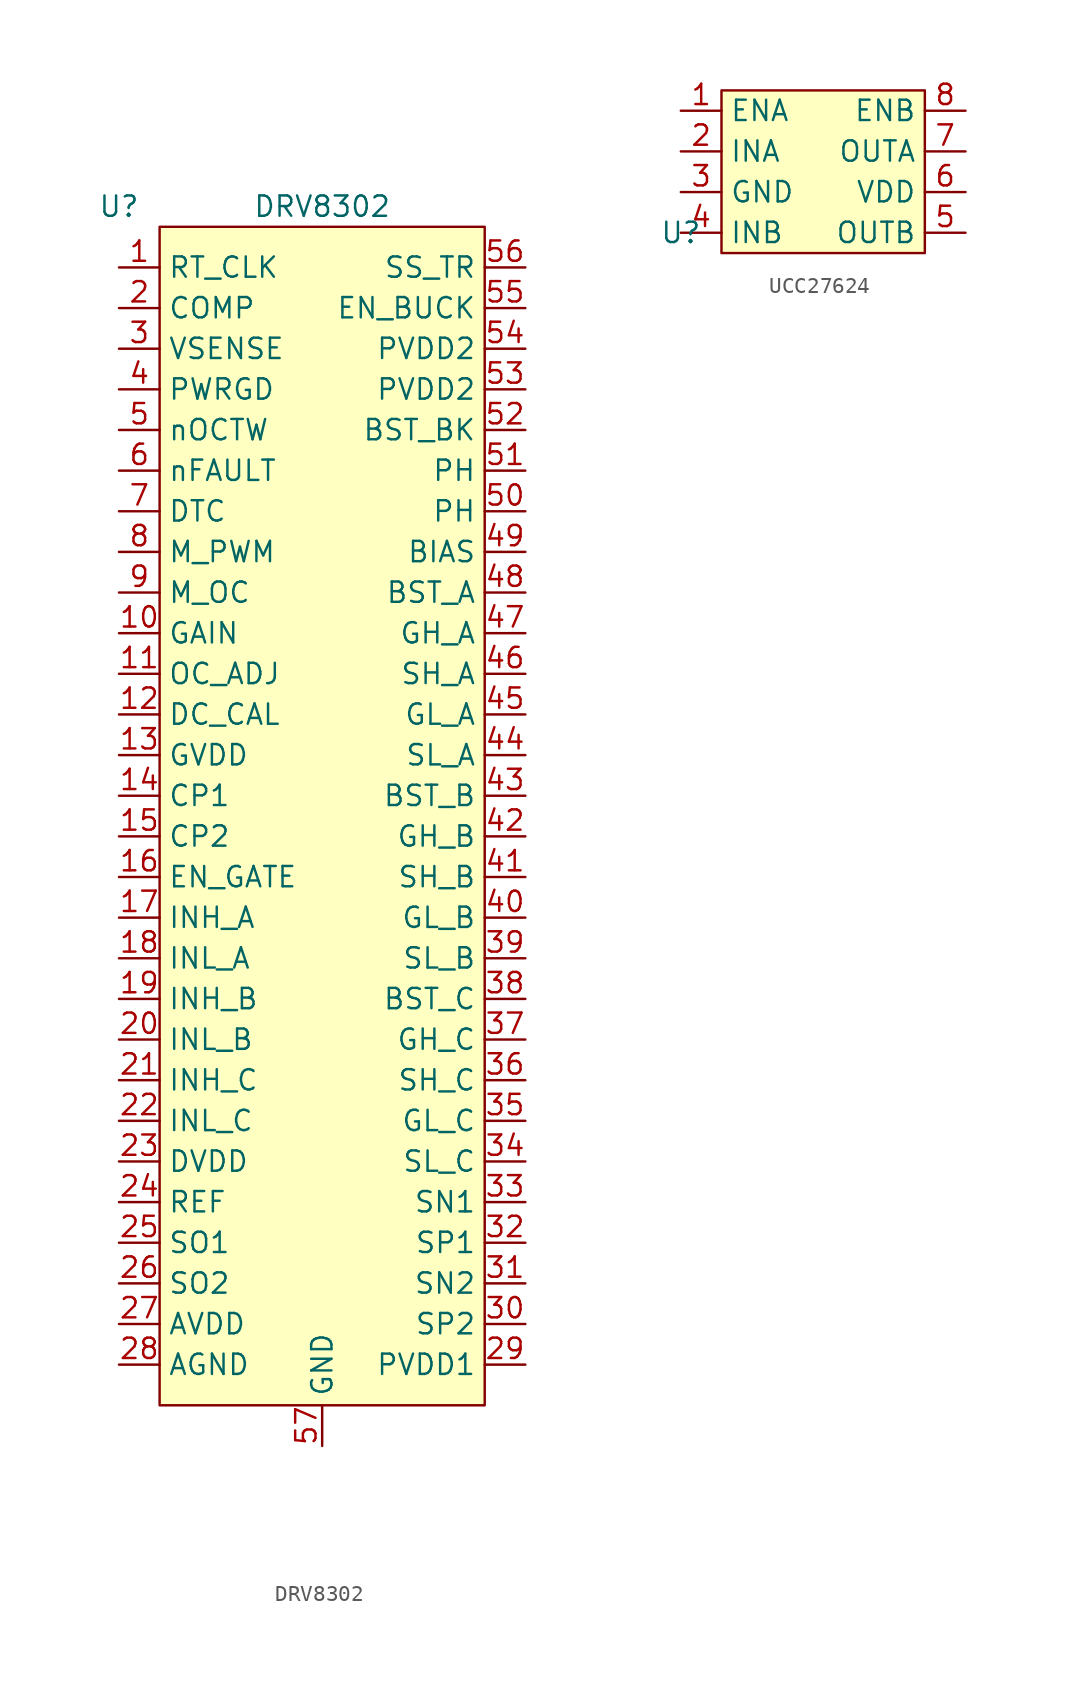
<source format=kicad_sym>
(kicad_symbol_lib
  (version 20220914)
  (generator kicad_symbol_editor)
  (symbol "DRV8302"
    (property "Reference" "U"
      (at 0 0 0)
      (effects (font (size 1.27 1.27))))
    (property "Value" "DRV8302"
      (at 12.7 0 0)
      (effects (font (size 1.27 1.27))))
    (symbol "DRV8302_1_1"
      (rectangle (start 2.54 -1.27) (end 22.86 -74.93) (stroke (width 0) (type default)) (fill (type background)))
      (pin input line (at 0 -3.81 0) (length 2.54) (name "RT_CLK" (effects (font (size 1.27 1.27)))) (number "1" (effects (font (size 1.27 1.27)))))
      (pin output line (at 0 -26.67 0) (length 2.54) (name "GAIN" (effects (font (size 1.27 1.27)))) (number "10" (effects (font (size 1.27 1.27)))))
      (pin input line (at 0 -29.21 0) (length 2.54) (name "OC_ADJ" (effects (font (size 1.27 1.27)))) (number "11" (effects (font (size 1.27 1.27)))))
      (pin input line (at 0 -31.75 0) (length 2.54) (name "DC_CAL" (effects (font (size 1.27 1.27)))) (number "12" (effects (font (size 1.27 1.27)))))
      (pin power_in line (at 0 -34.29 0) (length 2.54) (name "GVDD" (effects (font (size 1.27 1.27)))) (number "13" (effects (font (size 1.27 1.27)))))
      (pin power_in line (at 0 -36.83 0) (length 2.54) (name "CP1" (effects (font (size 1.27 1.27)))) (number "14" (effects (font (size 1.27 1.27)))))
      (pin power_in line (at 0 -39.37 0) (length 2.54) (name "CP2" (effects (font (size 1.27 1.27)))) (number "15" (effects (font (size 1.27 1.27)))))
      (pin input line (at 0 -41.91 0) (length 2.54) (name "EN_GATE" (effects (font (size 1.27 1.27)))) (number "16" (effects (font (size 1.27 1.27)))))
      (pin input line (at 0 -44.45 0) (length 2.54) (name "INH_A" (effects (font (size 1.27 1.27)))) (number "17" (effects (font (size 1.27 1.27)))))
      (pin input line (at 0 -46.99 0) (length 2.54) (name "INL_A" (effects (font (size 1.27 1.27)))) (number "18" (effects (font (size 1.27 1.27)))))
      (pin input line (at 0 -49.53 0) (length 2.54) (name "INH_B" (effects (font (size 1.27 1.27)))) (number "19" (effects (font (size 1.27 1.27)))))
      (pin output line (at 0 -6.35 0) (length 2.54) (name "COMP" (effects (font (size 1.27 1.27)))) (number "2" (effects (font (size 1.27 1.27)))))
      (pin input line (at 0 -52.07 0) (length 2.54) (name "INL_B" (effects (font (size 1.27 1.27)))) (number "20" (effects (font (size 1.27 1.27)))))
      (pin input line (at 0 -54.61 0) (length 2.54) (name "INH_C" (effects (font (size 1.27 1.27)))) (number "21" (effects (font (size 1.27 1.27)))))
      (pin input line (at 0 -57.15 0) (length 2.54) (name "INL_C" (effects (font (size 1.27 1.27)))) (number "22" (effects (font (size 1.27 1.27)))))
      (pin power_out line (at 0 -59.69 0) (length 2.54) (name "DVDD" (effects (font (size 1.27 1.27)))) (number "23" (effects (font (size 1.27 1.27)))))
      (pin input line (at 0 -62.23 0) (length 2.54) (name "REF" (effects (font (size 1.27 1.27)))) (number "24" (effects (font (size 1.27 1.27)))))
      (pin output line (at 0 -64.77 0) (length 2.54) (name "SO1" (effects (font (size 1.27 1.27)))) (number "25" (effects (font (size 1.27 1.27)))))
      (pin output line (at 0 -67.31 0) (length 2.54) (name "SO2" (effects (font (size 1.27 1.27)))) (number "26" (effects (font (size 1.27 1.27)))))
      (pin power_out line (at 0 -69.85 0) (length 2.54) (name "AVDD" (effects (font (size 1.27 1.27)))) (number "27" (effects (font (size 1.27 1.27)))))
      (pin power_in line (at 0 -72.39 0) (length 2.54) (name "AGND" (effects (font (size 1.27 1.27)))) (number "28" (effects (font (size 1.27 1.27)))))
      (pin power_in line (at 25.4 -72.39 180) (length 2.54) (name "PVDD1" (effects (font (size 1.27 1.27)))) (number "29" (effects (font (size 1.27 1.27)))))
      (pin input line (at 0 -8.89 0) (length 2.54) (name "VSENSE" (effects (font (size 1.27 1.27)))) (number "3" (effects (font (size 1.27 1.27)))))
      (pin input line (at 25.4 -69.85 180) (length 2.54) (name "SP2" (effects (font (size 1.27 1.27)))) (number "30" (effects (font (size 1.27 1.27)))))
      (pin input line (at 25.4 -67.31 180) (length 2.54) (name "SN2" (effects (font (size 1.27 1.27)))) (number "31" (effects (font (size 1.27 1.27)))))
      (pin input line (at 25.4 -64.77 180) (length 2.54) (name "SP1" (effects (font (size 1.27 1.27)))) (number "32" (effects (font (size 1.27 1.27)))))
      (pin input line (at 25.4 -62.23 180) (length 2.54) (name "SN1" (effects (font (size 1.27 1.27)))) (number "33" (effects (font (size 1.27 1.27)))))
      (pin input line (at 25.4 -59.69 180) (length 2.54) (name "SL_C" (effects (font (size 1.27 1.27)))) (number "34" (effects (font (size 1.27 1.27)))))
      (pin output line (at 25.4 -57.15 180) (length 2.54) (name "GL_C" (effects (font (size 1.27 1.27)))) (number "35" (effects (font (size 1.27 1.27)))))
      (pin input line (at 25.4 -54.61 180) (length 2.54) (name "SH_C" (effects (font (size 1.27 1.27)))) (number "36" (effects (font (size 1.27 1.27)))))
      (pin output line (at 25.4 -52.07 180) (length 2.54) (name "GH_C" (effects (font (size 1.27 1.27)))) (number "37" (effects (font (size 1.27 1.27)))))
      (pin power_out line (at 25.4 -49.53 180) (length 2.54) (name "BST_C" (effects (font (size 1.27 1.27)))) (number "38" (effects (font (size 1.27 1.27)))))
      (pin input line (at 25.4 -46.99 180) (length 2.54) (name "SL_B" (effects (font (size 1.27 1.27)))) (number "39" (effects (font (size 1.27 1.27)))))
      (pin input line (at 0 -11.43 0) (length 2.54) (name "PWRGD" (effects (font (size 1.27 1.27)))) (number "4" (effects (font (size 1.27 1.27)))))
      (pin output line (at 25.4 -44.45 180) (length 2.54) (name "GL_B" (effects (font (size 1.27 1.27)))) (number "40" (effects (font (size 1.27 1.27)))))
      (pin input line (at 25.4 -41.91 180) (length 2.54) (name "SH_B" (effects (font (size 1.27 1.27)))) (number "41" (effects (font (size 1.27 1.27)))))
      (pin output line (at 25.4 -39.37 180) (length 2.54) (name "GH_B" (effects (font (size 1.27 1.27)))) (number "42" (effects (font (size 1.27 1.27)))))
      (pin power_out line (at 25.4 -36.83 180) (length 2.54) (name "BST_B" (effects (font (size 1.27 1.27)))) (number "43" (effects (font (size 1.27 1.27)))))
      (pin input line (at 25.4 -34.29 180) (length 2.54) (name "SL_A" (effects (font (size 1.27 1.27)))) (number "44" (effects (font (size 1.27 1.27)))))
      (pin output line (at 25.4 -31.75 180) (length 2.54) (name "GL_A" (effects (font (size 1.27 1.27)))) (number "45" (effects (font (size 1.27 1.27)))))
      (pin input line (at 25.4 -29.21 180) (length 2.54) (name "SH_A" (effects (font (size 1.27 1.27)))) (number "46" (effects (font (size 1.27 1.27)))))
      (pin output line (at 25.4 -26.67 180) (length 2.54) (name "GH_A" (effects (font (size 1.27 1.27)))) (number "47" (effects (font (size 1.27 1.27)))))
      (pin power_out line (at 25.4 -24.13 180) (length 2.54) (name "BST_A" (effects (font (size 1.27 1.27)))) (number "48" (effects (font (size 1.27 1.27)))))
      (pin input line (at 25.4 -21.59 180) (length 2.54) (name "BIAS" (effects (font (size 1.27 1.27)))) (number "49" (effects (font (size 1.27 1.27)))))
      (pin output line (at 0 -13.97 0) (length 2.54) (name "nOCTW" (effects (font (size 1.27 1.27)))) (number "5" (effects (font (size 1.27 1.27)))))
      (pin output line (at 25.4 -19.05 180) (length 2.54) (name "PH" (effects (font (size 1.27 1.27)))) (number "50" (effects (font (size 1.27 1.27)))))
      (pin output line (at 25.4 -16.51 180) (length 2.54) (name "PH" (effects (font (size 1.27 1.27)))) (number "51" (effects (font (size 1.27 1.27)))))
      (pin power_out line (at 25.4 -13.97 180) (length 2.54) (name "BST_BK" (effects (font (size 1.27 1.27)))) (number "52" (effects (font (size 1.27 1.27)))))
      (pin power_in line (at 25.4 -11.43 180) (length 2.54) (name "PVDD2" (effects (font (size 1.27 1.27)))) (number "53" (effects (font (size 1.27 1.27)))))
      (pin power_in line (at 25.4 -8.89 180) (length 2.54) (name "PVDD2" (effects (font (size 1.27 1.27)))) (number "54" (effects (font (size 1.27 1.27)))))
      (pin input line (at 25.4 -6.35 180) (length 2.54) (name "EN_BUCK" (effects (font (size 1.27 1.27)))) (number "55" (effects (font (size 1.27 1.27)))))
      (pin input line (at 25.4 -3.81 180) (length 2.54) (name "SS_TR" (effects (font (size 1.27 1.27)))) (number "56" (effects (font (size 1.27 1.27)))))
      (pin power_in line (at 12.7 -77.47 90) (length 2.54) (name "GND" (effects (font (size 1.27 1.27)))) (number "57" (effects (font (size 1.27 1.27)))))
      (pin output line (at 0 -16.51 0) (length 2.54) (name "nFAULT" (effects (font (size 1.27 1.27)))) (number "6" (effects (font (size 1.27 1.27)))))
      (pin input line (at 0 -19.05 0) (length 2.54) (name "DTC" (effects (font (size 1.27 1.27)))) (number "7" (effects (font (size 1.27 1.27)))))
      (pin input line (at 0 -21.59 0) (length 2.54) (name "M_PWM" (effects (font (size 1.27 1.27)))) (number "8" (effects (font (size 1.27 1.27)))))
      (pin input line (at 0 -24.13 0) (length 2.54) (name "M_OC" (effects (font (size 1.27 1.27)))) (number "9" (effects (font (size 1.27 1.27)))))))
  (symbol "UCC27624"
    (property "Reference" "U"
      (at 0 0 0)
      (effects (font (size 1.27 1.27))))
    (property "Value" ""
      (at 0 0 0)
      (effects (font (size 1.27 1.27))))
    (symbol "UCC27624_1_1"
      (rectangle (start 2.54 8.89) (end 15.24 -1.27) (stroke (width 0) (type default)) (fill (type background)))
      (pin input line (at 0 7.62 0) (length 2.54) (name "ENA" (effects (font (size 1.27 1.27)))) (number "1" (effects (font (size 1.27 1.27)))))
      (pin input line (at 0 5.08 0) (length 2.54) (name "INA" (effects (font (size 1.27 1.27)))) (number "2" (effects (font (size 1.27 1.27)))))
      (pin power_in line (at 0 2.54 0) (length 2.54) (name "GND" (effects (font (size 1.27 1.27)))) (number "3" (effects (font (size 1.27 1.27)))))
      (pin input line (at 0 0 0) (length 2.54) (name "INB" (effects (font (size 1.27 1.27)))) (number "4" (effects (font (size 1.27 1.27)))))
      (pin output line (at 17.78 0 180) (length 2.54) (name "OUTB" (effects (font (size 1.27 1.27)))) (number "5" (effects (font (size 1.27 1.27)))))
      (pin power_in line (at 17.78 2.54 180) (length 2.54) (name "VDD" (effects (font (size 1.27 1.27)))) (number "6" (effects (font (size 1.27 1.27)))))
      (pin output line (at 17.78 5.08 180) (length 2.54) (name "OUTA" (effects (font (size 1.27 1.27)))) (number "7" (effects (font (size 1.27 1.27)))))
      (pin input line (at 17.78 7.62 180) (length 2.54) (name "ENB" (effects (font (size 1.27 1.27)))) (number "8" (effects (font (size 1.27 1.27))))))))
</source>
